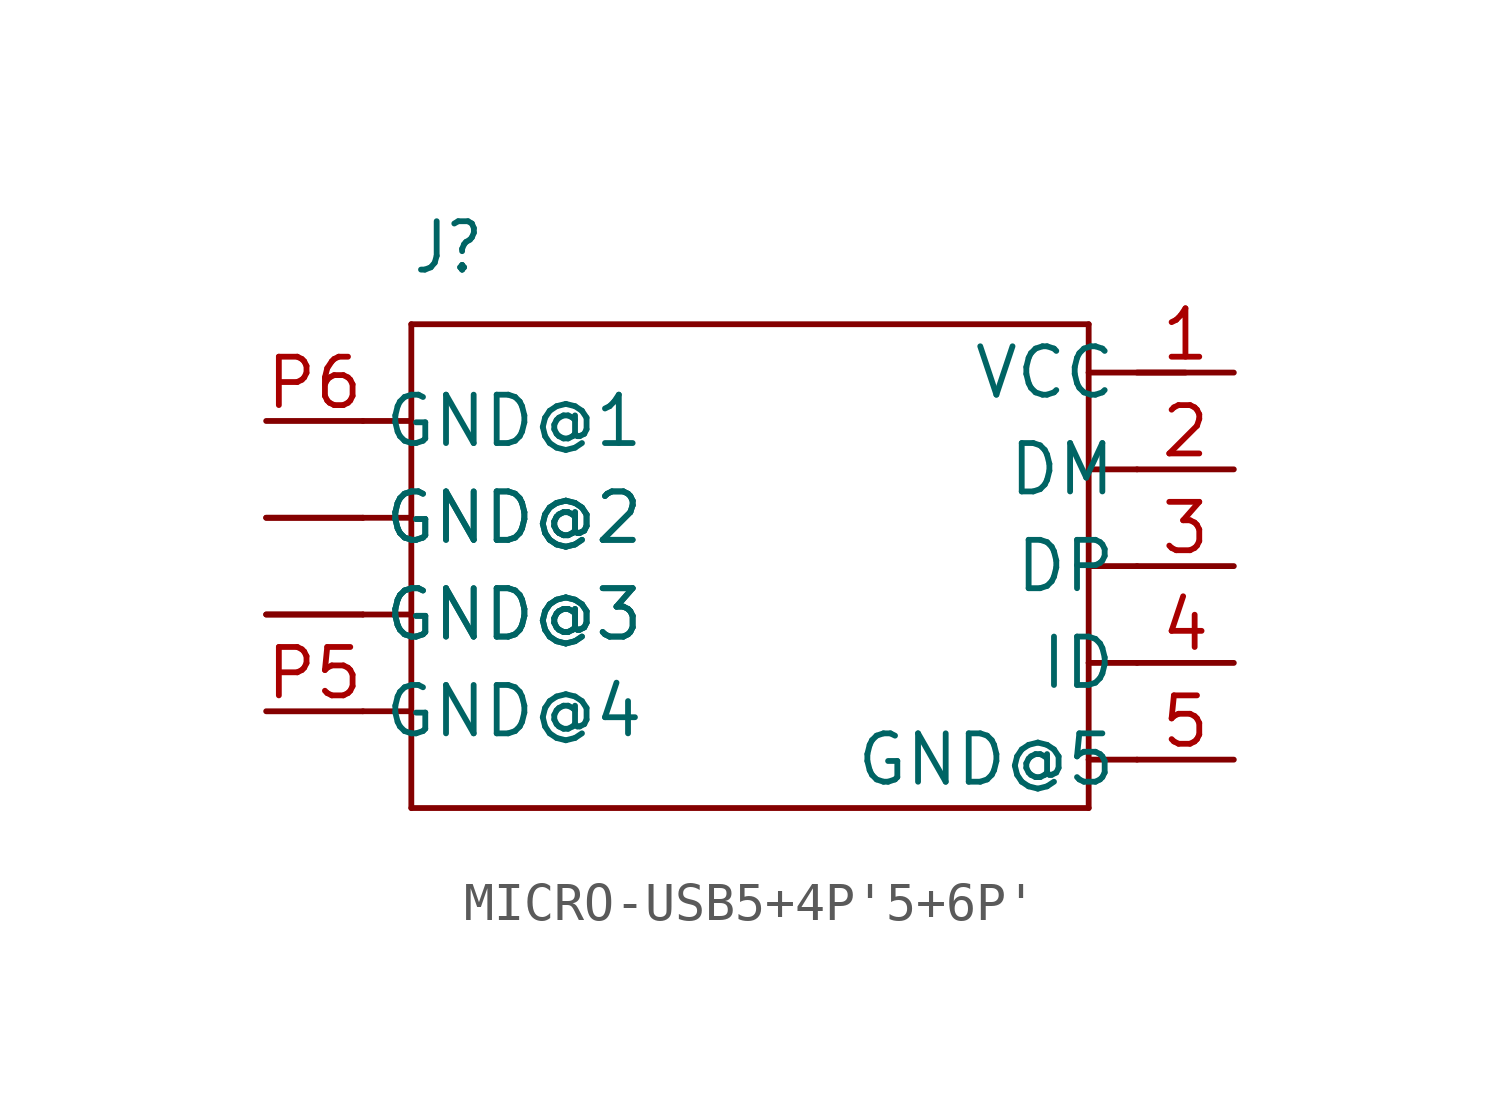
<source format=kicad_sym>
(kicad_symbol_lib
  (version 20231120)
  (generator "kicad_symbol_editor")
  (generator_version "8.0")
  (symbol "MICRO-USB5+4P'5+6P'"
    (property "Reference" "J"
      (at -8.89 7.62 0)
      (effects (font (size 1.27 1.079)) (justify left bottom)))
    (property "Value" ""
      (at 1.27 7.62 0)
      (effects (font (size 1.27 1.079)) (justify left bottom)))
    (property "ki_locked" ""
      (at 0 0 0)
      (effects (font (size 1.27 1.27))))
    (symbol "MICRO-USB5+4P'5+6P'_1_0"
      (polyline (pts (xy -10.16 -3.81) (xy -8.89 -3.81)) (stroke (width 0.152) (type solid)) (fill (type none)))
      (polyline (pts (xy -10.16 -1.27) (xy -8.89 -1.27)) (stroke (width 0.152) (type solid)) (fill (type none)))
      (polyline (pts (xy -10.16 1.27) (xy -8.89 1.27)) (stroke (width 0.152) (type solid)) (fill (type none)))
      (polyline (pts (xy -10.16 3.81) (xy -8.89 3.81)) (stroke (width 0.152) (type solid)) (fill (type none)))
      (polyline (pts (xy -8.89 -6.35) (xy 8.89 -6.35)) (stroke (width 0.152) (type solid)) (fill (type none)))
      (polyline (pts (xy -8.89 -3.81) (xy -8.89 -6.35)) (stroke (width 0.152) (type solid)) (fill (type none)))
      (polyline (pts (xy -8.89 -1.27) (xy -8.89 -3.81)) (stroke (width 0.152) (type solid)) (fill (type none)))
      (polyline (pts (xy -8.89 1.27) (xy -8.89 -1.27)) (stroke (width 0.152) (type solid)) (fill (type none)))
      (polyline (pts (xy -8.89 3.81) (xy -8.89 1.27)) (stroke (width 0.152) (type solid)) (fill (type none)))
      (polyline (pts (xy -8.89 6.35) (xy -8.89 3.81)) (stroke (width 0.152) (type solid)) (fill (type none)))
      (polyline (pts (xy 8.89 -6.35) (xy 8.89 -5.08)) (stroke (width 0.152) (type solid)) (fill (type none)))
      (polyline (pts (xy 8.89 -5.08) (xy 8.89 -2.54)) (stroke (width 0.152) (type solid)) (fill (type none)))
      (polyline (pts (xy 8.89 -5.08) (xy 10.16 -5.08)) (stroke (width 0.152) (type solid)) (fill (type none)))
      (polyline (pts (xy 8.89 -2.54) (xy 8.89 0)) (stroke (width 0.152) (type solid)) (fill (type none)))
      (polyline (pts (xy 8.89 -2.54) (xy 10.16 -2.54)) (stroke (width 0.152) (type solid)) (fill (type none)))
      (polyline (pts (xy 8.89 0) (xy 8.89 2.54)) (stroke (width 0.152) (type solid)) (fill (type none)))
      (polyline (pts (xy 8.89 0) (xy 10.16 0)) (stroke (width 0.152) (type solid)) (fill (type none)))
      (polyline (pts (xy 8.89 2.54) (xy 8.89 5.08)) (stroke (width 0.152) (type solid)) (fill (type none)))
      (polyline (pts (xy 8.89 2.54) (xy 10.16 2.54)) (stroke (width 0.152) (type solid)) (fill (type none)))
      (polyline (pts (xy 8.89 5.08) (xy 8.89 6.35)) (stroke (width 0.152) (type solid)) (fill (type none)))
      (polyline (pts (xy 8.89 5.08) (xy 11.43 5.08)) (stroke (width 0.152) (type solid)) (fill (type none)))
      (polyline (pts (xy 8.89 6.35) (xy -8.89 6.35)) (stroke (width 0.152) (type solid)) (fill (type none)))
      (pin bidirectional line (at 12.7 5.08 180) (length 2.54) (name "VCC" (effects (font (size 1.27 1.27)))) (number "1" (effects (font (size 1.27 1.27)))))
      (pin bidirectional line (at 12.7 2.54 180) (length 2.54) (name "DM" (effects (font (size 1.27 1.27)))) (number "2" (effects (font (size 1.27 1.27)))))
      (pin bidirectional line (at 12.7 0 180) (length 2.54) (name "DP" (effects (font (size 1.27 1.27)))) (number "3" (effects (font (size 1.27 1.27)))))
      (pin bidirectional line (at 12.7 -2.54 180) (length 2.54) (name "ID" (effects (font (size 1.27 1.27)))) (number "4" (effects (font (size 1.27 1.27)))))
      (pin bidirectional line (at 12.7 -5.08 180) (length 2.54) (name "GND@5" (effects (font (size 1.27 1.27)))) (number "5" (effects (font (size 1.27 1.27)))))
      (pin bidirectional line (at -12.7 1.27 0) (length 2.54) (name "GND@2" (effects (font (size 1.27 1.27)))) (number "P1" (effects (font (size 0 0)))))
      (pin bidirectional line (at -12.7 1.27 0) (length 2.54) (name "GND@2" (effects (font (size 1.27 1.27)))) (number "P2" (effects (font (size 0 0)))))
      (pin bidirectional line (at -12.7 -1.27 0) (length 2.54) (name "GND@3" (effects (font (size 1.27 1.27)))) (number "P3" (effects (font (size 0 0)))))
      (pin bidirectional line (at -12.7 -1.27 0) (length 2.54) (name "GND@3" (effects (font (size 1.27 1.27)))) (number "P4" (effects (font (size 0 0)))))
      (pin bidirectional line (at -12.7 -3.81 0) (length 2.54) (name "GND@4" (effects (font (size 1.27 1.27)))) (number "P5" (effects (font (size 1.27 1.27)))))
      (pin bidirectional line (at -12.7 3.81 0) (length 2.54) (name "GND@1" (effects (font (size 1.27 1.27)))) (number "P6" (effects (font (size 1.27 1.27))))))))
</source>
